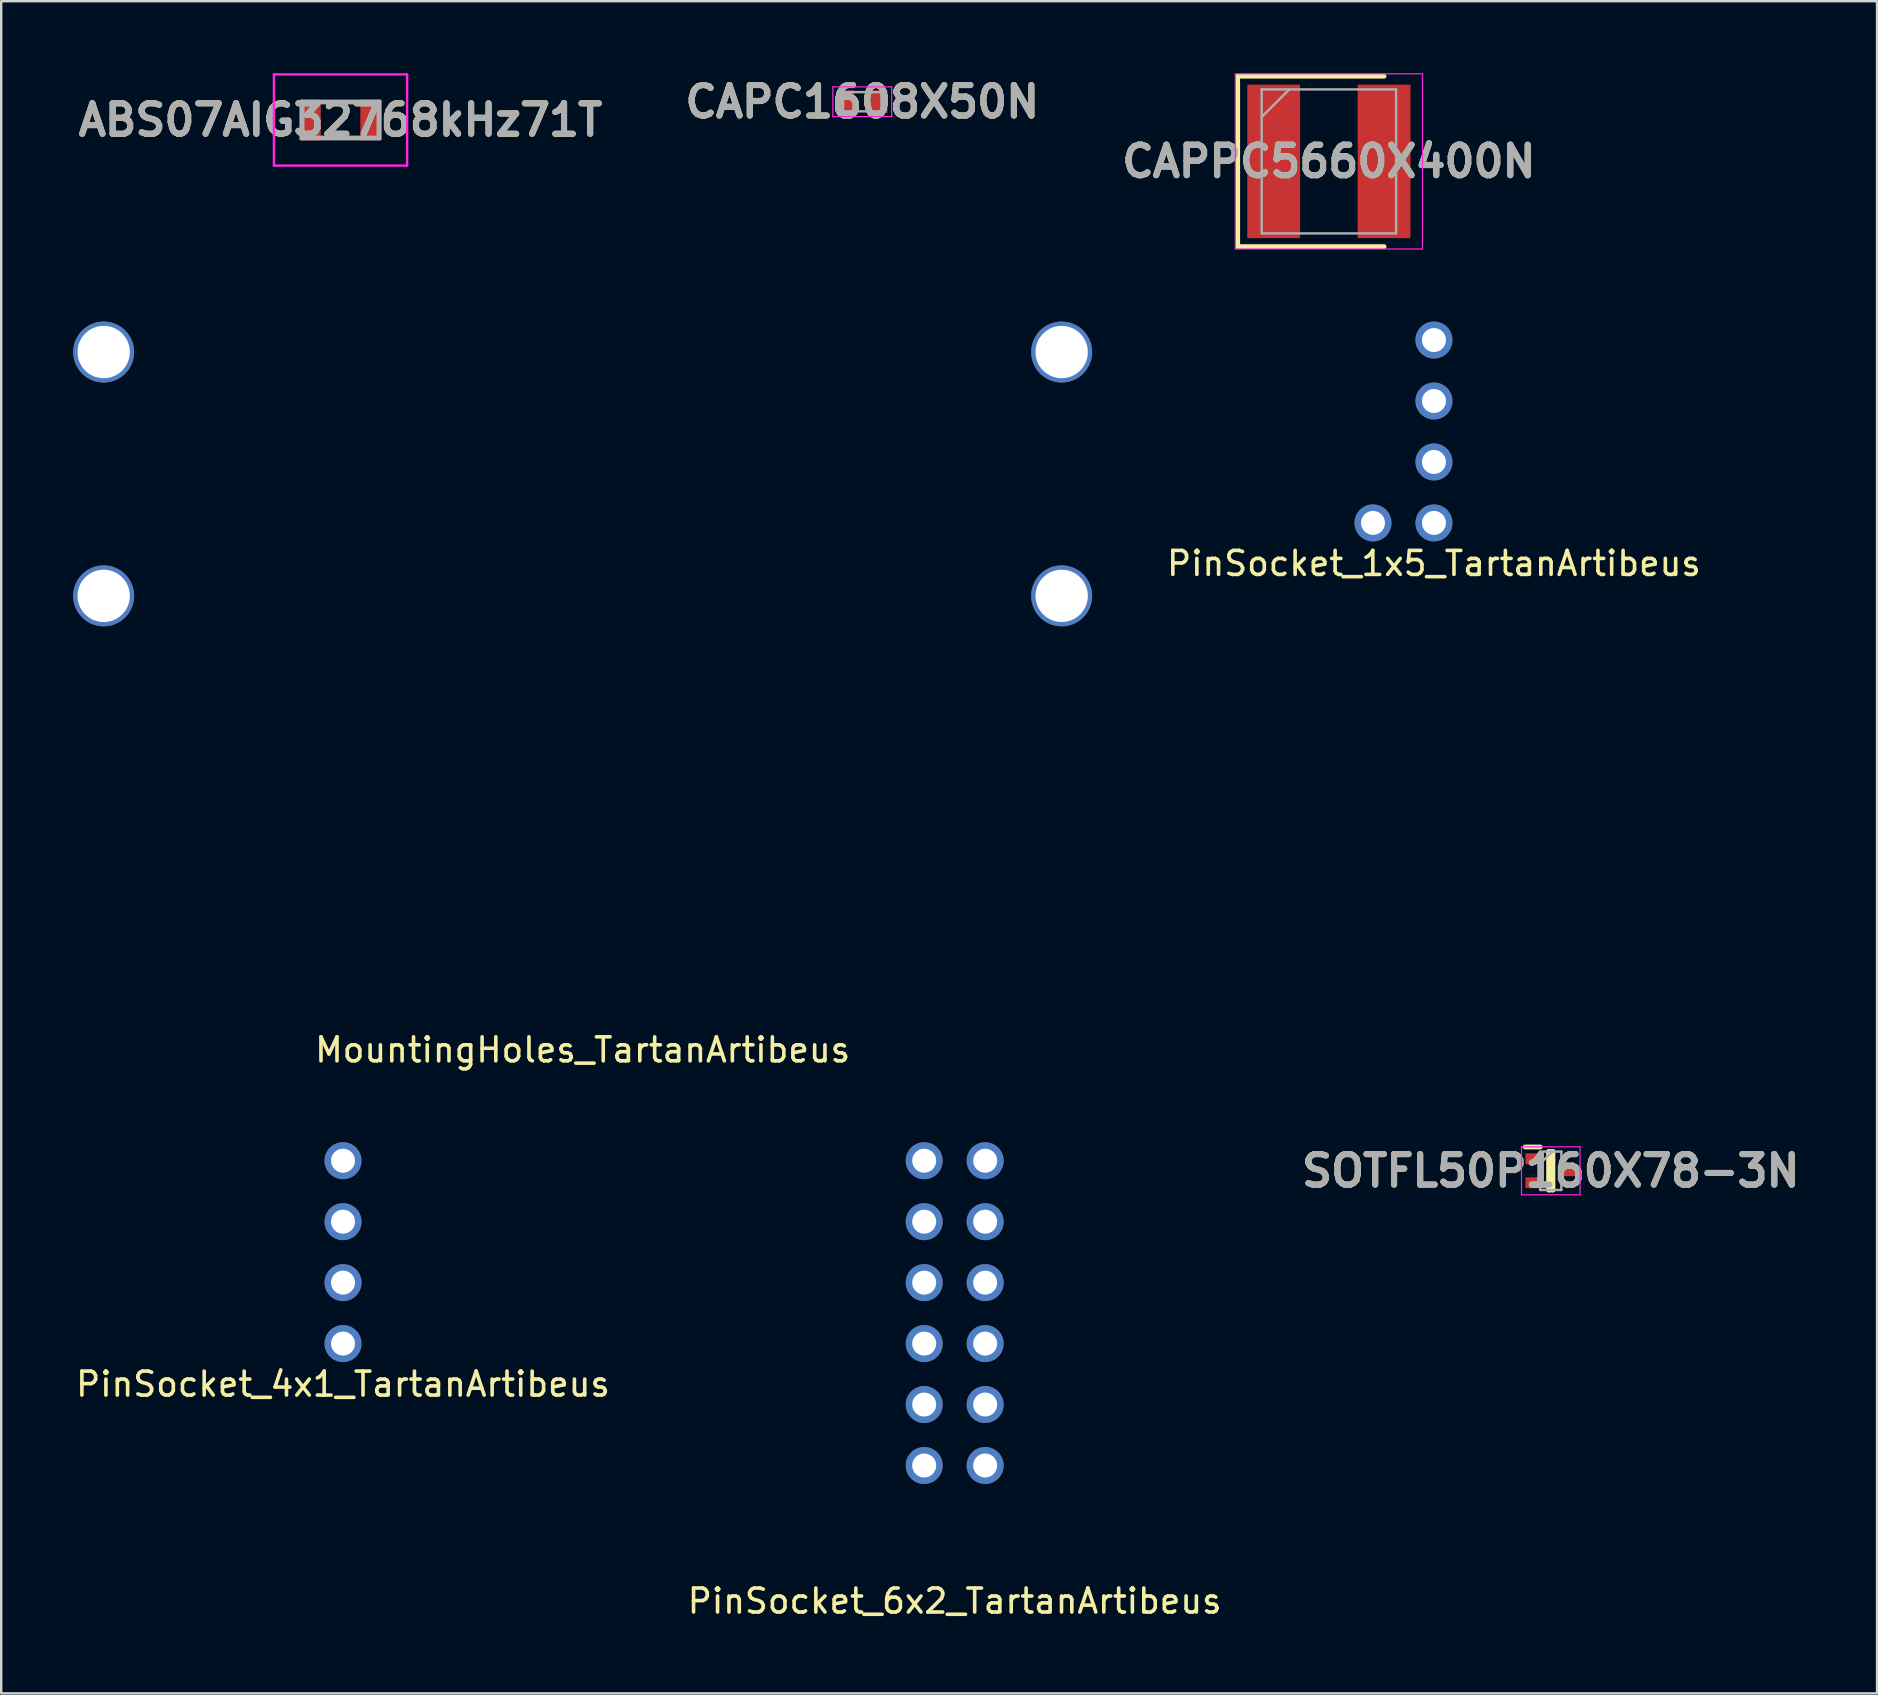
<source format=kicad_pcb>
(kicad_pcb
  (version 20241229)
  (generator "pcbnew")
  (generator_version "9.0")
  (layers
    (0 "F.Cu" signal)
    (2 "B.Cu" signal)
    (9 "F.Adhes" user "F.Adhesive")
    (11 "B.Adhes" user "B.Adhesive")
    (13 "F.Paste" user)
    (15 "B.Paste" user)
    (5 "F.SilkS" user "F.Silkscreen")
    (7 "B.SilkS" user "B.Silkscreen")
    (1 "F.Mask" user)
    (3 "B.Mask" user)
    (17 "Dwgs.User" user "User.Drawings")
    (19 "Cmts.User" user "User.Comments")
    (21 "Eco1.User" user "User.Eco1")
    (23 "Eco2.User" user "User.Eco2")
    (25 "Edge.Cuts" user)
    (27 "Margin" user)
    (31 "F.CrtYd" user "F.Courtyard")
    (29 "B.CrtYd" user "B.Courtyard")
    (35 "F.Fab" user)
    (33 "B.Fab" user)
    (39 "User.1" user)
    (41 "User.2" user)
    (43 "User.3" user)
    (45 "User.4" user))
  (footprint "PinSocket_4x1_TartanArtibeus"
    (layer "F.Cu")
    (at 11.244 49.128)
    (property "Reference" "PinSocket_4x1_TartanArtibeus" (at 0 5.5 0) (layer "F.SilkS") (effects (font (size 1 1) (thickness 0.15))))
    (attr through_hole)
    (pad "1" thru_hole circle (at 0 3.81) (size 1.54 1.54) (drill 1) (layers "*.Cu" "*.Mask"))
    (pad "2" thru_hole circle (at 0 1.27) (size 1.54 1.54) (drill 1) (layers "*.Cu" "*.Mask"))
    (pad "3" thru_hole circle (at 0 -1.27) (size 1.54 1.54) (drill 1) (layers "*.Cu" "*.Mask"))
    (pad "4" thru_hole circle (at 0 -3.81) (size 1.54 1.54) (drill 1) (layers "*.Cu" "*.Mask")))
  (footprint "SOTFL50P160X78-3N"
    (layer "F.Cu")
    (at 61.572 45.737)
    (property "Reference" "SOTFL50P160X78-3N" (at 0 0 0) (layer "F.SilkS") (effects (font (size 1.27 1.27) (thickness 0.254))))
    (attr smd)
    (fp_line (start -1.07 -0.99) (end -0.44 -0.99) (stroke (width 0.2) (type solid)) (layer "F.SilkS"))
    (fp_line (start -0.09 -0.8) (end 0.09 -0.8) (stroke (width 0.2) (type solid)) (layer "F.SilkS"))
    (fp_line (start -0.09 0.8) (end -0.09 -0.8) (stroke (width 0.2) (type solid)) (layer "F.SilkS"))
    (fp_line (start 0.09 -0.8) (end 0.09 0.8) (stroke (width 0.2) (type solid)) (layer "F.SilkS"))
    (fp_line (start 0.09 0.8) (end -0.09 0.8) (stroke (width 0.2) (type solid)) (layer "F.SilkS"))
    (fp_line (start -1.22 -1) (end 1.22 -1) (stroke (width 0.05) (type solid)) (layer "F.CrtYd"))
    (fp_line (start -1.22 1) (end -1.22 -1) (stroke (width 0.05) (type solid)) (layer "F.CrtYd"))
    (fp_line (start 1.22 -1) (end 1.22 1) (stroke (width 0.05) (type solid)) (layer "F.CrtYd"))
    (fp_line (start 1.22 1) (end -1.22 1) (stroke (width 0.05) (type solid)) (layer "F.CrtYd"))
    (fp_line (start -0.44 -0.8) (end 0.44 -0.8) (stroke (width 0.1) (type solid)) (layer "F.Fab"))
    (fp_line (start -0.44 -0.3) (end 0.06 -0.8) (stroke (width 0.1) (type solid)) (layer "F.Fab"))
    (fp_line (start -0.44 0.8) (end -0.44 -0.8) (stroke (width 0.1) (type solid)) (layer "F.Fab"))
    (fp_line (start 0.44 -0.8) (end 0.44 0.8) (stroke (width 0.1) (type solid)) (layer "F.Fab"))
    (fp_line (start 0.44 0.8) (end -0.44 0.8) (stroke (width 0.1) (type solid)) (layer "F.Fab"))
    (fp_text user "${REFERENCE}" (at 0 0 0) (layer "F.Fab") (effects (font (size 1.27 1.27) (thickness 0.254))))
    (pad "1" smd rect (at -0.755 -0.5 90) (size 0.45 0.6) (layers "F.Cu" "F.Mask" "F.Paste"))
    (pad "2" smd rect (at -0.755 0.5 90) (size 0.45 0.6) (layers "F.Cu" "F.Mask" "F.Paste"))
    (pad "3" smd rect (at 0.755 0 90) (size 0.45 0.6) (layers "F.Cu" "F.Mask" "F.Paste")))
  (footprint "CAPPC5660X400N"
    (layer "F.Cu")
    (at 52.325 3.675)
    (property "Reference" "CAPPC5660X400N" (at 0 0 0) (layer "F.SilkS") (effects (font (size 1.27 1.27) (thickness 0.254))))
    (attr smd)
    (fp_line (start -3.8 -3.55) (end -3.8 3.55) (stroke (width 0.2) (type solid)) (layer "F.SilkS"))
    (fp_line (start -3.8 3.55) (end 2.3 3.55) (stroke (width 0.2) (type solid)) (layer "F.SilkS"))
    (fp_line (start 2.3 -3.55) (end -3.8 -3.55) (stroke (width 0.2) (type solid)) (layer "F.SilkS"))
    (fp_line (start -3.9 -3.65) (end 3.9 -3.65) (stroke (width 0.05) (type solid)) (layer "F.CrtYd"))
    (fp_line (start -3.9 3.65) (end -3.9 -3.65) (stroke (width 0.05) (type solid)) (layer "F.CrtYd"))
    (fp_line (start 3.9 -3.65) (end 3.9 3.65) (stroke (width 0.05) (type solid)) (layer "F.CrtYd"))
    (fp_line (start 3.9 3.65) (end -3.9 3.65) (stroke (width 0.05) (type solid)) (layer "F.CrtYd"))
    (fp_line (start -2.8 -3) (end 2.8 -3) (stroke (width 0.1) (type solid)) (layer "F.Fab"))
    (fp_line (start -2.8 -1.85) (end -1.65 -3) (stroke (width 0.1) (type solid)) (layer "F.Fab"))
    (fp_line (start -2.8 3) (end -2.8 -3) (stroke (width 0.1) (type solid)) (layer "F.Fab"))
    (fp_line (start 2.8 -3) (end 2.8 3) (stroke (width 0.1) (type solid)) (layer "F.Fab"))
    (fp_line (start 2.8 3) (end -2.8 3) (stroke (width 0.1) (type solid)) (layer "F.Fab"))
    (fp_text user "${REFERENCE}" (at 0 0 0) (layer "F.Fab") (effects (font (size 1.27 1.27) (thickness 0.254))))
    (pad "1" smd rect (at -2.3 0) (size 2.2 6.4) (layers "F.Cu" "F.Mask" "F.Paste"))
    (pad "2" smd rect (at 2.3 0) (size 2.2 6.4) (layers "F.Cu" "F.Mask" "F.Paste")))
  (footprint "MountingHoles_TartanArtibeus"
    (layer "F.Cu")
    (at 21.23 16.7)
    (property "Reference" "MountingHoles_TartanArtibeus" (at 0 24 0) (layer "F.SilkS") (effects (font (size 1 1) (thickness 0.15))))
    (attr through_hole)
    (pad "1" thru_hole circle (at -19.96 -5.08) (size 2.54 2.54) (drill 2.18) (layers "*.Cu" "*.Mask"))
    (pad "2" thru_hole circle (at 19.96 -5.08) (size 2.54 2.54) (drill 2.18) (layers "*.Cu" "*.Mask"))
    (pad "3" thru_hole circle (at -19.96 5.08) (size 2.54 2.54) (drill 2.18) (layers "*.Cu" "*.Mask"))
    (pad "4" thru_hole circle (at 19.96 5.08) (size 2.54 2.54) (drill 2.18) (layers "*.Cu" "*.Mask")))
  (footprint "CAPC1608X50N"
    (layer "F.Cu")
    (at 32.881 1.189)
    (property "Reference" "CAPC1608X50N" (at 0 0 0) (layer "F.SilkS") (effects (font (size 1.27 1.27) (thickness 0.254))))
    (attr smd)
    (fp_line (start -1.225 -0.62) (end 1.225 -0.62) (stroke (width 0.05) (type solid)) (layer "F.CrtYd"))
    (fp_line (start -1.225 0.62) (end -1.225 -0.62) (stroke (width 0.05) (type solid)) (layer "F.CrtYd"))
    (fp_line (start 1.225 -0.62) (end 1.225 0.62) (stroke (width 0.05) (type solid)) (layer "F.CrtYd"))
    (fp_line (start 1.225 0.62) (end -1.225 0.62) (stroke (width 0.05) (type solid)) (layer "F.CrtYd"))
    (fp_line (start -0.8 -0.4) (end 0.8 -0.4) (stroke (width 0.1) (type solid)) (layer "F.Fab"))
    (fp_line (start -0.8 0.4) (end -0.8 -0.4) (stroke (width 0.1) (type solid)) (layer "F.Fab"))
    (fp_line (start 0.8 -0.4) (end 0.8 0.4) (stroke (width 0.1) (type solid)) (layer "F.Fab"))
    (fp_line (start 0.8 0.4) (end -0.8 0.4) (stroke (width 0.1) (type solid)) (layer "F.Fab"))
    (fp_text user "${REFERENCE}" (at 0 0 0) (layer "F.Fab") (effects (font (size 1.27 1.27) (thickness 0.254))))
    (pad "1" smd rect (at -0.7 0) (size 0.7 0.94) (layers "F.Cu" "F.Mask" "F.Paste"))
    (pad "2" smd rect (at 0.7 0) (size 0.7 0.94) (layers "F.Cu" "F.Mask" "F.Paste")))
  (footprint "ABS07AIG32768kHz71T"
    (layer "F.Cu")
    (at 11.14 1.95)
    (property "Reference" "ABS07AIG32768kHz71T" (at 0 0 0) (layer "F.SilkS") (effects (font (size 1.27 1.27) (thickness 0.254))))
    (attr smd)
    (fp_line (start -0.5 -0.75) (end 0.5 -0.75) (stroke (width 0.1) (type solid)) (layer "F.SilkS"))
    (fp_line (start -0.5 0.75) (end 0.5 0.75) (stroke (width 0.1) (type solid)) (layer "F.SilkS"))
    (fp_line (start -2.775 -1.9) (end 2.775 -1.9) (stroke (width 0.1) (type solid)) (layer "F.CrtYd"))
    (fp_line (start -2.775 1.9) (end -2.775 -1.9) (stroke (width 0.1) (type solid)) (layer "F.CrtYd"))
    (fp_line (start 2.775 -1.9) (end 2.775 1.9) (stroke (width 0.1) (type solid)) (layer "F.CrtYd"))
    (fp_line (start 2.775 1.9) (end -2.775 1.9) (stroke (width 0.1) (type solid)) (layer "F.CrtYd"))
    (fp_line (start -1.6 -0.75) (end 1.6 -0.75) (stroke (width 0.2) (type solid)) (layer "F.Fab"))
    (fp_line (start -1.6 0.75) (end -1.6 -0.75) (stroke (width 0.2) (type solid)) (layer "F.Fab"))
    (fp_line (start 1.6 -0.75) (end 1.6 0.75) (stroke (width 0.2) (type solid)) (layer "F.Fab"))
    (fp_line (start 1.6 0.75) (end -1.6 0.75) (stroke (width 0.2) (type solid)) (layer "F.Fab"))
    (fp_text user "${REFERENCE}" (at 0 0 0) (layer "F.Fab") (effects (font (size 1.27 1.27) (thickness 0.254))))
    (pad "1" smd rect (at -1.275 0) (size 0.9 1.7) (layers "F.Cu" "F.Mask" "F.Paste"))
    (pad "2" smd rect (at 1.275 0) (size 0.9 1.7) (layers "F.Cu" "F.Mask" "F.Paste")))
  (footprint "PinSocket_6x2_TartanArtibeus"
    (layer "F.Cu")
    (at 36.732 51.668)
    (property "Reference" "PinSocket_6x2_TartanArtibeus" (at 0 12 0) (layer "F.SilkS") (effects (font (size 1 1) (thickness 0.15))))
    (attr through_hole)
    (pad "1" thru_hole circle (at -1.27 -6.35) (size 1.54 1.54) (drill 1) (layers "*.Cu" "*.Mask"))
    (pad "2" thru_hole circle (at 1.27 -6.35) (size 1.54 1.54) (drill 1) (layers "*.Cu" "*.Mask"))
    (pad "3" thru_hole circle (at -1.27 -3.81) (size 1.54 1.54) (drill 1) (layers "*.Cu" "*.Mask"))
    (pad "4" thru_hole circle (at 1.27 -3.81) (size 1.54 1.54) (drill 1) (layers "*.Cu" "*.Mask"))
    (pad "5" thru_hole circle (at -1.27 -1.27) (size 1.54 1.54) (drill 1) (layers "*.Cu" "*.Mask"))
    (pad "6" thru_hole circle (at 1.27 -1.27) (size 1.54 1.54) (drill 1) (layers "*.Cu" "*.Mask"))
    (pad "7" thru_hole circle (at -1.27 1.27) (size 1.54 1.54) (drill 1) (layers "*.Cu" "*.Mask"))
    (pad "8" thru_hole circle (at 1.27 1.27) (size 1.54 1.54) (drill 1) (layers "*.Cu" "*.Mask"))
    (pad "9" thru_hole circle (at -1.27 3.81) (size 1.54 1.54) (drill 1) (layers "*.Cu" "*.Mask"))
    (pad "10" thru_hole circle (at 1.27 3.81) (size 1.54 1.54) (drill 1) (layers "*.Cu" "*.Mask"))
    (pad "11" thru_hole circle (at -1.27 6.35) (size 1.54 1.54) (drill 1) (layers "*.Cu" "*.Mask"))
    (pad "12" thru_hole circle (at 1.27 6.35) (size 1.54 1.54) (drill 1) (layers "*.Cu" "*.Mask")))
  (footprint "PinSocket_1x5_TartanArtibeus"
    (layer "F.Cu")
    (at 56.704 14.93)
    (property "Reference" "PinSocket_1x5_TartanArtibeus" (at 0 5.5 0) (layer "F.SilkS") (effects (font (size 1 1) (thickness 0.15))))
    (attr through_hole)
    (pad "1" thru_hole circle (at -2.54 3.81) (size 1.54 1.54) (drill 1) (layers "*.Cu" "*.Mask"))
    (pad "2" thru_hole circle (at 0 3.81) (size 1.54 1.54) (drill 1) (layers "*.Cu" "*.Mask"))
    (pad "3" thru_hole circle (at 0 1.27) (size 1.54 1.54) (drill 1) (layers "*.Cu" "*.Mask"))
    (pad "4" thru_hole circle (at 0 -1.27) (size 1.54 1.54) (drill 1) (layers "*.Cu" "*.Mask"))
    (pad "5" thru_hole circle (at 0 -3.81) (size 1.54 1.54) (drill 1) (layers "*.Cu" "*.Mask")))
  (gr_rect
    (start -3 -3)
    (end 75.167 67.516)
    (stroke (width 0.1) (type default))
    (fill no)
    (layer "Edge.Cuts")))
</source>
